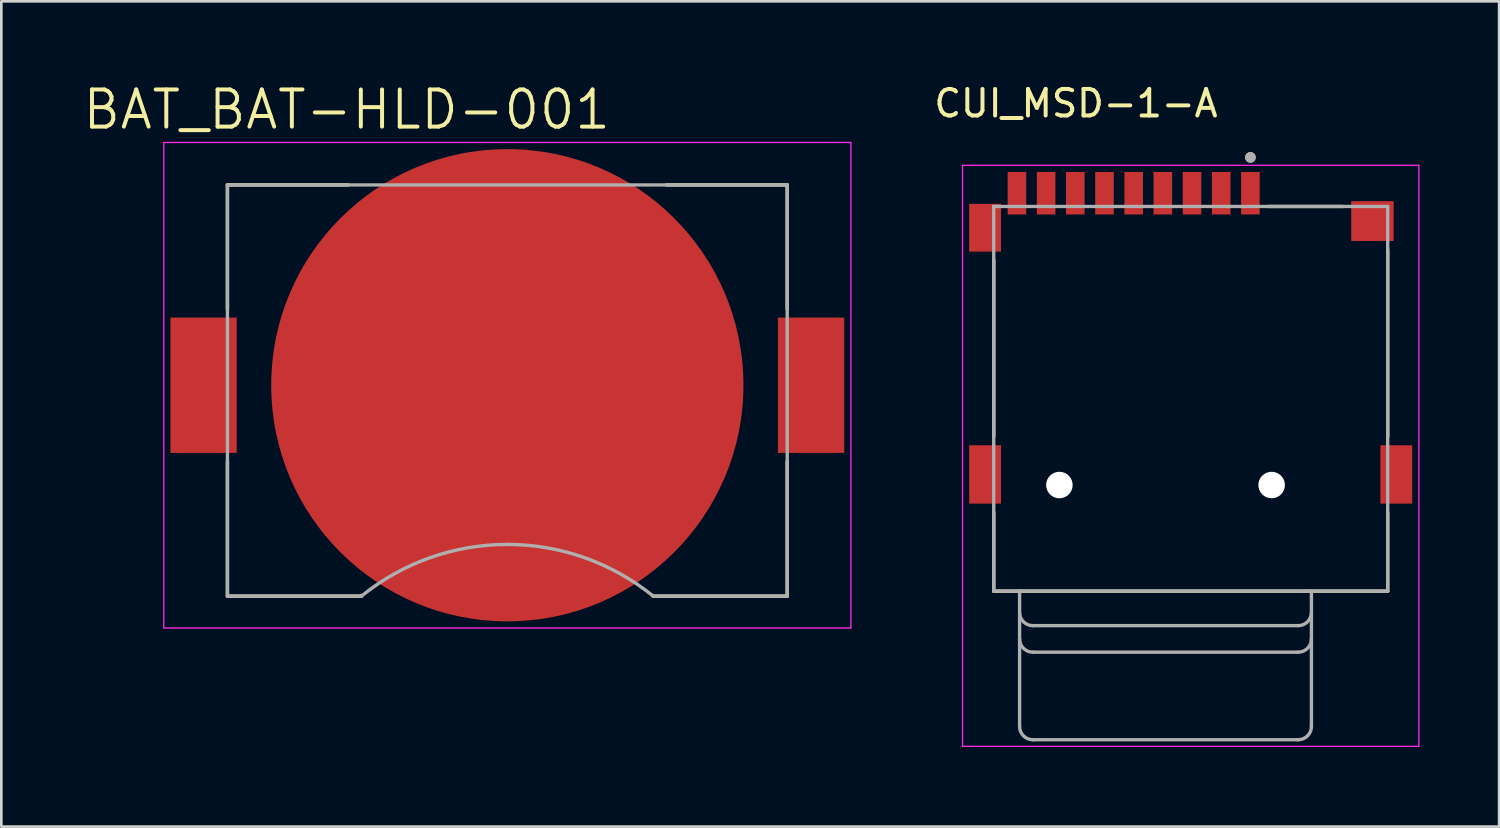
<source format=kicad_pcb>
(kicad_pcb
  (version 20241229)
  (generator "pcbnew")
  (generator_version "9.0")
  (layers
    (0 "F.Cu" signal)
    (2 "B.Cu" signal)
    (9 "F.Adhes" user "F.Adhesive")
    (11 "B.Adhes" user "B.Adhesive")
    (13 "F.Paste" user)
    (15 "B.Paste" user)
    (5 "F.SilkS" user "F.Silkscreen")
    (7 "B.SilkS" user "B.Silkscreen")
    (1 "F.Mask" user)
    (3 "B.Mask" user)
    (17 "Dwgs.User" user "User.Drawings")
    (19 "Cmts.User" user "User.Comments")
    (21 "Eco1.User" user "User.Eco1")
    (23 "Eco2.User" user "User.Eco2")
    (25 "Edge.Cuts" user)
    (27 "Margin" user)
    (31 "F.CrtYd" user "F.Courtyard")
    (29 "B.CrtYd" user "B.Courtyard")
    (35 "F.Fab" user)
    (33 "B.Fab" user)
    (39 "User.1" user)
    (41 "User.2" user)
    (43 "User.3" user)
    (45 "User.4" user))
  (footprint "BAT_BAT-HLD-001"
    (layer "F.Cu")
    (at 16.073 11.471)
    (property "Reference" "BAT_BAT-HLD-001" (at -6.055 -10.389 0) (layer "F.SilkS") (effects (font (size 1.4 1.4) (thickness 0.15))))
    (attr smd)
    (fp_line (start -10.55 -7.55) (end -6 -7.55) (stroke (width 0.127) (type solid)) (layer "F.SilkS"))
    (fp_line (start -10.55 -2.87) (end -10.55 -7.55) (stroke (width 0.127) (type solid)) (layer "F.SilkS"))
    (fp_line (start -10.55 2.87) (end -10.55 7.95) (stroke (width 0.127) (type solid)) (layer "F.SilkS"))
    (fp_line (start -10.55 7.95) (end -5.5 7.95) (stroke (width 0.127) (type solid)) (layer "F.SilkS"))
    (fp_line (start 5.5 7.95) (end 10.55 7.95) (stroke (width 0.127) (type solid)) (layer "F.SilkS"))
    (fp_line (start 6 -7.55) (end 10.55 -7.55) (stroke (width 0.127) (type solid)) (layer "F.SilkS"))
    (fp_line (start 10.55 -7.55) (end 10.55 -2.87) (stroke (width 0.127) (type solid)) (layer "F.SilkS"))
    (fp_line (start 10.55 7.95) (end 10.55 2.87) (stroke (width 0.127) (type solid)) (layer "F.SilkS"))
    (fp_line (start -12.95 -9.15) (end 12.95 -9.15) (stroke (width 0.05) (type solid)) (layer "F.CrtYd"))
    (fp_line (start -12.95 9.15) (end -12.95 -9.15) (stroke (width 0.05) (type solid)) (layer "F.CrtYd"))
    (fp_line (start 12.95 -9.15) (end 12.95 9.15) (stroke (width 0.05) (type solid)) (layer "F.CrtYd"))
    (fp_line (start 12.95 9.15) (end -12.95 9.15) (stroke (width 0.05) (type solid)) (layer "F.CrtYd"))
    (fp_line (start -10.55 -7.55) (end 10.55 -7.55) (stroke (width 0.127) (type solid)) (layer "F.Fab"))
    (fp_line (start -10.55 7.95) (end -10.55 -7.55) (stroke (width 0.127) (type solid)) (layer "F.Fab"))
    (fp_line (start -5.5 7.95) (end -10.55 7.95) (stroke (width 0.127) (type solid)) (layer "F.Fab"))
    (fp_line (start 10.55 -7.55) (end 10.55 7.95) (stroke (width 0.127) (type solid)) (layer "F.Fab"))
    (fp_line (start 10.55 7.95) (end 5.5 7.95) (stroke (width 0.127) (type solid)) (layer "F.Fab"))
    (fp_arc (start -5.5 7.95) (mid -2.917726 6.501926) (end 0 6) (stroke (width 0.127) (type solid)) (layer "F.Fab"))
    (fp_arc (start 0 6) (mid 2.917726 6.501926) (end 5.5 7.95) (stroke (width 0.127) (type solid)) (layer "F.Fab"))
    (pad "N1" smd circle (at 0 0) (size 17.8 17.8) (layers "F.Cu" "F.Mask"))
    (pad "P1" smd rect (at -11.45 0) (size 2.5 5.1) (layers "F.Cu" "F.Mask" "F.Paste"))
    (pad "P2" smd rect (at 11.45 0) (size 2.5 5.1) (layers "F.Cu" "F.Mask" "F.Paste")))
  (footprint "CUI_MSD-1-A"
    (layer "F.Cu")
    (at 41.832 11.983)
    (property "Reference" "CUI_MSD-1-A" (at -4.325 -11.135 0) (layer "F.SilkS") (effects (font (size 1 1) (thickness 0.15))))
    (attr smd)
    (fp_line (start -7.425 -5.23) (end -7.425 1.43) (stroke (width 0.127) (type solid)) (layer "F.SilkS"))
    (fp_line (start -7.425 4.27) (end -7.425 7.25) (stroke (width 0.127) (type solid)) (layer "F.SilkS"))
    (fp_line (start -7.425 7.25) (end 7.425 7.25) (stroke (width 0.127) (type solid)) (layer "F.SilkS"))
    (fp_line (start 5.73 -7.25) (end 2.92 -7.25) (stroke (width 0.127) (type solid)) (layer "F.SilkS"))
    (fp_line (start 7.425 -5.63) (end 7.425 1.43) (stroke (width 0.127) (type solid)) (layer "F.SilkS"))
    (fp_line (start 7.425 4.27) (end 7.425 7.25) (stroke (width 0.127) (type solid)) (layer "F.SilkS"))
    (fp_circle (center 2.25 -9.1) (end 2.35 -9.1) (stroke (width 0.2) (type solid)) (fill no) (layer "F.SilkS"))
    (fp_line (start -8.6 -8.8) (end 8.6 -8.8) (stroke (width 0.05) (type solid)) (layer "F.CrtYd"))
    (fp_line (start -8.6 13.1) (end -8.6 -8.8) (stroke (width 0.05) (type solid)) (layer "F.CrtYd"))
    (fp_line (start 8.6 -8.8) (end 8.6 13.1) (stroke (width 0.05) (type solid)) (layer "F.CrtYd"))
    (fp_line (start 8.6 13.1) (end -8.6 13.1) (stroke (width 0.05) (type solid)) (layer "F.CrtYd"))
    (fp_line (start -7.425 -7.25) (end -7.425 7.25) (stroke (width 0.127) (type solid)) (layer "F.Fab"))
    (fp_line (start -7.425 7.25) (end -6.45 7.25) (stroke (width 0.127) (type solid)) (layer "F.Fab"))
    (fp_line (start -6.45 7.25) (end -6.45 12.35) (stroke (width 0.127) (type solid)) (layer "F.Fab"))
    (fp_line (start -6.45 7.25) (end 4.55 7.25) (stroke (width 0.127) (type solid)) (layer "F.Fab"))
    (fp_line (start -5.95 8.55) (end 4.05 8.55) (stroke (width 0.127) (type solid)) (layer "F.Fab"))
    (fp_line (start -5.95 9.55) (end 4.05 9.55) (stroke (width 0.127) (type solid)) (layer "F.Fab"))
    (fp_line (start -5.95 12.85) (end 4.05 12.85) (stroke (width 0.127) (type solid)) (layer "F.Fab"))
    (fp_line (start 4.55 7.25) (end 7.425 7.25) (stroke (width 0.127) (type solid)) (layer "F.Fab"))
    (fp_line (start 4.55 12.35) (end 4.55 7.25) (stroke (width 0.127) (type solid)) (layer "F.Fab"))
    (fp_line (start 7.425 -7.25) (end -7.425 -7.25) (stroke (width 0.127) (type solid)) (layer "F.Fab"))
    (fp_line (start 7.425 7.25) (end 7.425 -7.25) (stroke (width 0.127) (type solid)) (layer "F.Fab"))
    (fp_arc (start -5.95 8.55) (mid -6.303553 8.403553) (end -6.45 8.05) (stroke (width 0.127) (type solid)) (layer "F.Fab"))
    (fp_arc (start -5.95 9.55) (mid -6.303553 9.403553) (end -6.45 9.05) (stroke (width 0.127) (type solid)) (layer "F.Fab"))
    (fp_arc (start -5.95 12.85) (mid -6.303553 12.703553) (end -6.45 12.35) (stroke (width 0.127) (type solid)) (layer "F.Fab"))
    (fp_arc (start 4.55 8.05) (mid 4.403553 8.403553) (end 4.05 8.55) (stroke (width 0.127) (type solid)) (layer "F.Fab"))
    (fp_arc (start 4.55 9.05) (mid 4.403553 9.403553) (end 4.05 9.55) (stroke (width 0.127) (type solid)) (layer "F.Fab"))
    (fp_arc (start 4.55 12.35) (mid 4.403553 12.703553) (end 4.05 12.85) (stroke (width 0.127) (type solid)) (layer "F.Fab"))
    (fp_circle (center 2.25 -9.1) (end 2.35 -9.1) (stroke (width 0.2) (type solid)) (fill no) (layer "F.Fab"))
    (pad "" np_thru_hole circle (at -4.95 3.25) (size 1 1) (drill 1) (layers "*.Cu" "*.Mask"))
    (pad "" np_thru_hole circle (at 3.05 3.25) (size 1 1) (drill 1) (layers "*.Cu" "*.Mask"))
    (pad "1" smd rect (at 2.25 -7.75) (size 0.7 1.6) (layers "F.Cu" "F.Mask" "F.Paste"))
    (pad "2" smd rect (at 1.15 -7.75) (size 0.7 1.6) (layers "F.Cu" "F.Mask" "F.Paste"))
    (pad "3" smd rect (at 0.05 -7.75) (size 0.7 1.6) (layers "F.Cu" "F.Mask" "F.Paste"))
    (pad "4" smd rect (at -1.05 -7.75) (size 0.7 1.6) (layers "F.Cu" "F.Mask" "F.Paste"))
    (pad "5" smd rect (at -2.15 -7.75) (size 0.7 1.6) (layers "F.Cu" "F.Mask" "F.Paste"))
    (pad "6" smd rect (at -3.25 -7.75) (size 0.7 1.6) (layers "F.Cu" "F.Mask" "F.Paste"))
    (pad "7" smd rect (at -4.35 -7.75) (size 0.7 1.6) (layers "F.Cu" "F.Mask" "F.Paste"))
    (pad "8" smd rect (at -5.45 -7.75) (size 0.7 1.6) (layers "F.Cu" "F.Mask" "F.Paste"))
    (pad "CD" smd rect (at -6.55 -7.75) (size 0.7 1.6) (layers "F.Cu" "F.Mask" "F.Paste"))
    (pad "G1" smd rect (at -7.75 -6.45) (size 1.2 1.8) (layers "F.Cu" "F.Mask" "F.Paste"))
    (pad "G2" smd rect (at 6.85 -6.7) (size 1.6 1.5) (layers "F.Cu" "F.Mask" "F.Paste"))
    (pad "G3" smd rect (at -7.75 2.85) (size 1.2 2.2) (layers "F.Cu" "F.Mask" "F.Paste"))
    (pad "G4" smd rect (at 7.75 2.85) (size 1.2 2.2) (layers "F.Cu" "F.Mask" "F.Paste")))
  (gr_rect
    (start -3 -3)
    (end 53.457 28.108)
    (stroke (width 0.1) (type default))
    (fill no)
    (layer "Edge.Cuts")))
</source>
